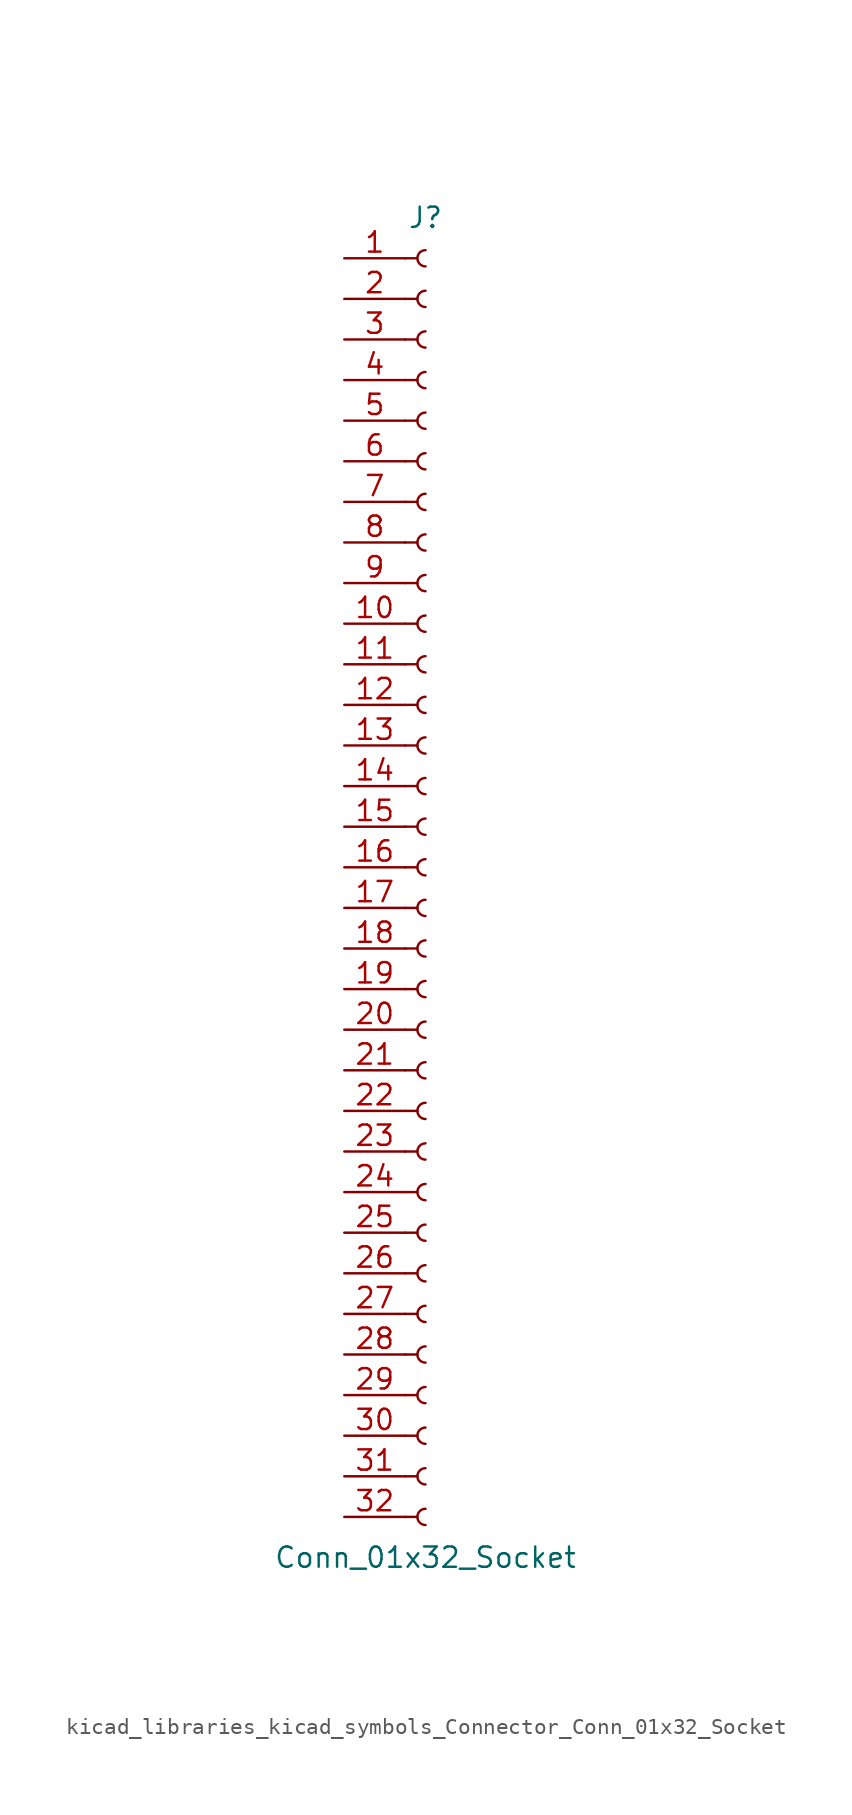
<source format=kicad_sym>
(kicad_symbol_lib
  (version 20220914)
  (generator kicad_symbol_editor)
  (symbol "kicad_libraries_kicad_symbols_Connector_Conn_01x32_Socket"
    (pin_names
      (offset 1.016) hide)
    (property "Reference" "J"
      (at 0 40.64 0)
      (effects (font (size 1.27 1.27))))
    (property "Value" "Conn_01x32_Socket"
      (at 0 -43.18 0)
      (effects (font (size 1.27 1.27))))
    (property "ki_locked" ""
      (at 0 0 0)
      (effects (font (size 1.27 1.27))))
    (symbol "kicad_libraries_kicad_symbols_Connector_Conn_01x32_Socket_1_1"
      (arc (start 0 -40.132) (mid -0.5058 -40.64) (end 0 -41.148) (stroke (width 0.1524) (type default)) (fill (type none)))
      (arc (start 0 -37.592) (mid -0.5058 -38.1) (end 0 -38.608) (stroke (width 0.1524) (type default)) (fill (type none)))
      (arc (start 0 -35.052) (mid -0.5058 -35.56) (end 0 -36.068) (stroke (width 0.1524) (type default)) (fill (type none)))
      (arc (start 0 -32.512) (mid -0.5058 -33.02) (end 0 -33.528) (stroke (width 0.1524) (type default)) (fill (type none)))
      (arc (start 0 -29.972) (mid -0.5058 -30.48) (end 0 -30.988) (stroke (width 0.1524) (type default)) (fill (type none)))
      (arc (start 0 -27.432) (mid -0.5058 -27.94) (end 0 -28.448) (stroke (width 0.1524) (type default)) (fill (type none)))
      (arc (start 0 -24.892) (mid -0.5058 -25.4) (end 0 -25.908) (stroke (width 0.1524) (type default)) (fill (type none)))
      (arc (start 0 -22.352) (mid -0.5058 -22.86) (end 0 -23.368) (stroke (width 0.1524) (type default)) (fill (type none)))
      (arc (start 0 -19.812) (mid -0.5058 -20.32) (end 0 -20.828) (stroke (width 0.1524) (type default)) (fill (type none)))
      (arc (start 0 -17.272) (mid -0.5058 -17.78) (end 0 -18.288) (stroke (width 0.1524) (type default)) (fill (type none)))
      (arc (start 0 -14.732) (mid -0.5058 -15.24) (end 0 -15.748) (stroke (width 0.1524) (type default)) (fill (type none)))
      (arc (start 0 -12.192) (mid -0.5058 -12.7) (end 0 -13.208) (stroke (width 0.1524) (type default)) (fill (type none)))
      (arc (start 0 -9.652) (mid -0.5058 -10.16) (end 0 -10.668) (stroke (width 0.1524) (type default)) (fill (type none)))
      (arc (start 0 -7.112) (mid -0.5058 -7.62) (end 0 -8.128) (stroke (width 0.1524) (type default)) (fill (type none)))
      (arc (start 0 -4.572) (mid -0.5058 -5.08) (end 0 -5.588) (stroke (width 0.1524) (type default)) (fill (type none)))
      (arc (start 0 -2.032) (mid -0.5058 -2.54) (end 0 -3.048) (stroke (width 0.1524) (type default)) (fill (type none)))
      (polyline (pts (xy -1.27 -40.64) (xy -0.508 -40.64)) (stroke (width 0.152) (type default)) (fill (type none)))
      (polyline (pts (xy -1.27 -38.1) (xy -0.508 -38.1)) (stroke (width 0.152) (type default)) (fill (type none)))
      (polyline (pts (xy -1.27 -35.56) (xy -0.508 -35.56)) (stroke (width 0.152) (type default)) (fill (type none)))
      (polyline (pts (xy -1.27 -33.02) (xy -0.508 -33.02)) (stroke (width 0.152) (type default)) (fill (type none)))
      (polyline (pts (xy -1.27 -30.48) (xy -0.508 -30.48)) (stroke (width 0.152) (type default)) (fill (type none)))
      (polyline (pts (xy -1.27 -27.94) (xy -0.508 -27.94)) (stroke (width 0.152) (type default)) (fill (type none)))
      (polyline (pts (xy -1.27 -25.4) (xy -0.508 -25.4)) (stroke (width 0.152) (type default)) (fill (type none)))
      (polyline (pts (xy -1.27 -22.86) (xy -0.508 -22.86)) (stroke (width 0.152) (type default)) (fill (type none)))
      (polyline (pts (xy -1.27 -20.32) (xy -0.508 -20.32)) (stroke (width 0.152) (type default)) (fill (type none)))
      (polyline (pts (xy -1.27 -17.78) (xy -0.508 -17.78)) (stroke (width 0.152) (type default)) (fill (type none)))
      (polyline (pts (xy -1.27 -15.24) (xy -0.508 -15.24)) (stroke (width 0.152) (type default)) (fill (type none)))
      (polyline (pts (xy -1.27 -12.7) (xy -0.508 -12.7)) (stroke (width 0.152) (type default)) (fill (type none)))
      (polyline (pts (xy -1.27 -10.16) (xy -0.508 -10.16)) (stroke (width 0.152) (type default)) (fill (type none)))
      (polyline (pts (xy -1.27 -7.62) (xy -0.508 -7.62)) (stroke (width 0.152) (type default)) (fill (type none)))
      (polyline (pts (xy -1.27 -5.08) (xy -0.508 -5.08)) (stroke (width 0.152) (type default)) (fill (type none)))
      (polyline (pts (xy -1.27 -2.54) (xy -0.508 -2.54)) (stroke (width 0.152) (type default)) (fill (type none)))
      (polyline (pts (xy -1.27 0) (xy -0.508 0)) (stroke (width 0.152) (type default)) (fill (type none)))
      (polyline (pts (xy -1.27 2.54) (xy -0.508 2.54)) (stroke (width 0.152) (type default)) (fill (type none)))
      (polyline (pts (xy -1.27 5.08) (xy -0.508 5.08)) (stroke (width 0.152) (type default)) (fill (type none)))
      (polyline (pts (xy -1.27 7.62) (xy -0.508 7.62)) (stroke (width 0.152) (type default)) (fill (type none)))
      (polyline (pts (xy -1.27 10.16) (xy -0.508 10.16)) (stroke (width 0.152) (type default)) (fill (type none)))
      (polyline (pts (xy -1.27 12.7) (xy -0.508 12.7)) (stroke (width 0.152) (type default)) (fill (type none)))
      (polyline (pts (xy -1.27 15.24) (xy -0.508 15.24)) (stroke (width 0.152) (type default)) (fill (type none)))
      (polyline (pts (xy -1.27 17.78) (xy -0.508 17.78)) (stroke (width 0.152) (type default)) (fill (type none)))
      (polyline (pts (xy -1.27 20.32) (xy -0.508 20.32)) (stroke (width 0.152) (type default)) (fill (type none)))
      (polyline (pts (xy -1.27 22.86) (xy -0.508 22.86)) (stroke (width 0.152) (type default)) (fill (type none)))
      (polyline (pts (xy -1.27 25.4) (xy -0.508 25.4)) (stroke (width 0.152) (type default)) (fill (type none)))
      (polyline (pts (xy -1.27 27.94) (xy -0.508 27.94)) (stroke (width 0.152) (type default)) (fill (type none)))
      (polyline (pts (xy -1.27 30.48) (xy -0.508 30.48)) (stroke (width 0.152) (type default)) (fill (type none)))
      (polyline (pts (xy -1.27 33.02) (xy -0.508 33.02)) (stroke (width 0.152) (type default)) (fill (type none)))
      (polyline (pts (xy -1.27 35.56) (xy -0.508 35.56)) (stroke (width 0.152) (type default)) (fill (type none)))
      (polyline (pts (xy -1.27 38.1) (xy -0.508 38.1)) (stroke (width 0.152) (type default)) (fill (type none)))
      (arc (start 0 0.508) (mid -0.5058 0) (end 0 -0.508) (stroke (width 0.1524) (type default)) (fill (type none)))
      (arc (start 0 3.048) (mid -0.5058 2.54) (end 0 2.032) (stroke (width 0.1524) (type default)) (fill (type none)))
      (arc (start 0 5.588) (mid -0.5058 5.08) (end 0 4.572) (stroke (width 0.1524) (type default)) (fill (type none)))
      (arc (start 0 8.128) (mid -0.5058 7.62) (end 0 7.112) (stroke (width 0.1524) (type default)) (fill (type none)))
      (arc (start 0 10.668) (mid -0.5058 10.16) (end 0 9.652) (stroke (width 0.1524) (type default)) (fill (type none)))
      (arc (start 0 13.208) (mid -0.5058 12.7) (end 0 12.192) (stroke (width 0.1524) (type default)) (fill (type none)))
      (arc (start 0 15.748) (mid -0.5058 15.24) (end 0 14.732) (stroke (width 0.1524) (type default)) (fill (type none)))
      (arc (start 0 18.288) (mid -0.5058 17.78) (end 0 17.272) (stroke (width 0.1524) (type default)) (fill (type none)))
      (arc (start 0 20.828) (mid -0.5058 20.32) (end 0 19.812) (stroke (width 0.1524) (type default)) (fill (type none)))
      (arc (start 0 23.368) (mid -0.5058 22.86) (end 0 22.352) (stroke (width 0.1524) (type default)) (fill (type none)))
      (arc (start 0 25.908) (mid -0.5058 25.4) (end 0 24.892) (stroke (width 0.1524) (type default)) (fill (type none)))
      (arc (start 0 28.448) (mid -0.5058 27.94) (end 0 27.432) (stroke (width 0.1524) (type default)) (fill (type none)))
      (arc (start 0 30.988) (mid -0.5058 30.48) (end 0 29.972) (stroke (width 0.1524) (type default)) (fill (type none)))
      (arc (start 0 33.528) (mid -0.5058 33.02) (end 0 32.512) (stroke (width 0.1524) (type default)) (fill (type none)))
      (arc (start 0 36.068) (mid -0.5058 35.56) (end 0 35.052) (stroke (width 0.1524) (type default)) (fill (type none)))
      (arc (start 0 38.608) (mid -0.5058 38.1) (end 0 37.592) (stroke (width 0.1524) (type default)) (fill (type none)))
      (pin passive line (at -5.08 38.1 0) (length 3.81) (name "Pin_1" (effects (font (size 1.27 1.27)))) (number "1" (effects (font (size 1.27 1.27)))))
      (pin passive line (at -5.08 15.24 0) (length 3.81) (name "Pin_10" (effects (font (size 1.27 1.27)))) (number "10" (effects (font (size 1.27 1.27)))))
      (pin passive line (at -5.08 12.7 0) (length 3.81) (name "Pin_11" (effects (font (size 1.27 1.27)))) (number "11" (effects (font (size 1.27 1.27)))))
      (pin passive line (at -5.08 10.16 0) (length 3.81) (name "Pin_12" (effects (font (size 1.27 1.27)))) (number "12" (effects (font (size 1.27 1.27)))))
      (pin passive line (at -5.08 7.62 0) (length 3.81) (name "Pin_13" (effects (font (size 1.27 1.27)))) (number "13" (effects (font (size 1.27 1.27)))))
      (pin passive line (at -5.08 5.08 0) (length 3.81) (name "Pin_14" (effects (font (size 1.27 1.27)))) (number "14" (effects (font (size 1.27 1.27)))))
      (pin passive line (at -5.08 2.54 0) (length 3.81) (name "Pin_15" (effects (font (size 1.27 1.27)))) (number "15" (effects (font (size 1.27 1.27)))))
      (pin passive line (at -5.08 0 0) (length 3.81) (name "Pin_16" (effects (font (size 1.27 1.27)))) (number "16" (effects (font (size 1.27 1.27)))))
      (pin passive line (at -5.08 -2.54 0) (length 3.81) (name "Pin_17" (effects (font (size 1.27 1.27)))) (number "17" (effects (font (size 1.27 1.27)))))
      (pin passive line (at -5.08 -5.08 0) (length 3.81) (name "Pin_18" (effects (font (size 1.27 1.27)))) (number "18" (effects (font (size 1.27 1.27)))))
      (pin passive line (at -5.08 -7.62 0) (length 3.81) (name "Pin_19" (effects (font (size 1.27 1.27)))) (number "19" (effects (font (size 1.27 1.27)))))
      (pin passive line (at -5.08 35.56 0) (length 3.81) (name "Pin_2" (effects (font (size 1.27 1.27)))) (number "2" (effects (font (size 1.27 1.27)))))
      (pin passive line (at -5.08 -10.16 0) (length 3.81) (name "Pin_20" (effects (font (size 1.27 1.27)))) (number "20" (effects (font (size 1.27 1.27)))))
      (pin passive line (at -5.08 -12.7 0) (length 3.81) (name "Pin_21" (effects (font (size 1.27 1.27)))) (number "21" (effects (font (size 1.27 1.27)))))
      (pin passive line (at -5.08 -15.24 0) (length 3.81) (name "Pin_22" (effects (font (size 1.27 1.27)))) (number "22" (effects (font (size 1.27 1.27)))))
      (pin passive line (at -5.08 -17.78 0) (length 3.81) (name "Pin_23" (effects (font (size 1.27 1.27)))) (number "23" (effects (font (size 1.27 1.27)))))
      (pin passive line (at -5.08 -20.32 0) (length 3.81) (name "Pin_24" (effects (font (size 1.27 1.27)))) (number "24" (effects (font (size 1.27 1.27)))))
      (pin passive line (at -5.08 -22.86 0) (length 3.81) (name "Pin_25" (effects (font (size 1.27 1.27)))) (number "25" (effects (font (size 1.27 1.27)))))
      (pin passive line (at -5.08 -25.4 0) (length 3.81) (name "Pin_26" (effects (font (size 1.27 1.27)))) (number "26" (effects (font (size 1.27 1.27)))))
      (pin passive line (at -5.08 -27.94 0) (length 3.81) (name "Pin_27" (effects (font (size 1.27 1.27)))) (number "27" (effects (font (size 1.27 1.27)))))
      (pin passive line (at -5.08 -30.48 0) (length 3.81) (name "Pin_28" (effects (font (size 1.27 1.27)))) (number "28" (effects (font (size 1.27 1.27)))))
      (pin passive line (at -5.08 -33.02 0) (length 3.81) (name "Pin_29" (effects (font (size 1.27 1.27)))) (number "29" (effects (font (size 1.27 1.27)))))
      (pin passive line (at -5.08 33.02 0) (length 3.81) (name "Pin_3" (effects (font (size 1.27 1.27)))) (number "3" (effects (font (size 1.27 1.27)))))
      (pin passive line (at -5.08 -35.56 0) (length 3.81) (name "Pin_30" (effects (font (size 1.27 1.27)))) (number "30" (effects (font (size 1.27 1.27)))))
      (pin passive line (at -5.08 -38.1 0) (length 3.81) (name "Pin_31" (effects (font (size 1.27 1.27)))) (number "31" (effects (font (size 1.27 1.27)))))
      (pin passive line (at -5.08 -40.64 0) (length 3.81) (name "Pin_32" (effects (font (size 1.27 1.27)))) (number "32" (effects (font (size 1.27 1.27)))))
      (pin passive line (at -5.08 30.48 0) (length 3.81) (name "Pin_4" (effects (font (size 1.27 1.27)))) (number "4" (effects (font (size 1.27 1.27)))))
      (pin passive line (at -5.08 27.94 0) (length 3.81) (name "Pin_5" (effects (font (size 1.27 1.27)))) (number "5" (effects (font (size 1.27 1.27)))))
      (pin passive line (at -5.08 25.4 0) (length 3.81) (name "Pin_6" (effects (font (size 1.27 1.27)))) (number "6" (effects (font (size 1.27 1.27)))))
      (pin passive line (at -5.08 22.86 0) (length 3.81) (name "Pin_7" (effects (font (size 1.27 1.27)))) (number "7" (effects (font (size 1.27 1.27)))))
      (pin passive line (at -5.08 20.32 0) (length 3.81) (name "Pin_8" (effects (font (size 1.27 1.27)))) (number "8" (effects (font (size 1.27 1.27)))))
      (pin passive line (at -5.08 17.78 0) (length 3.81) (name "Pin_9" (effects (font (size 1.27 1.27)))) (number "9" (effects (font (size 1.27 1.27))))))))
</source>
